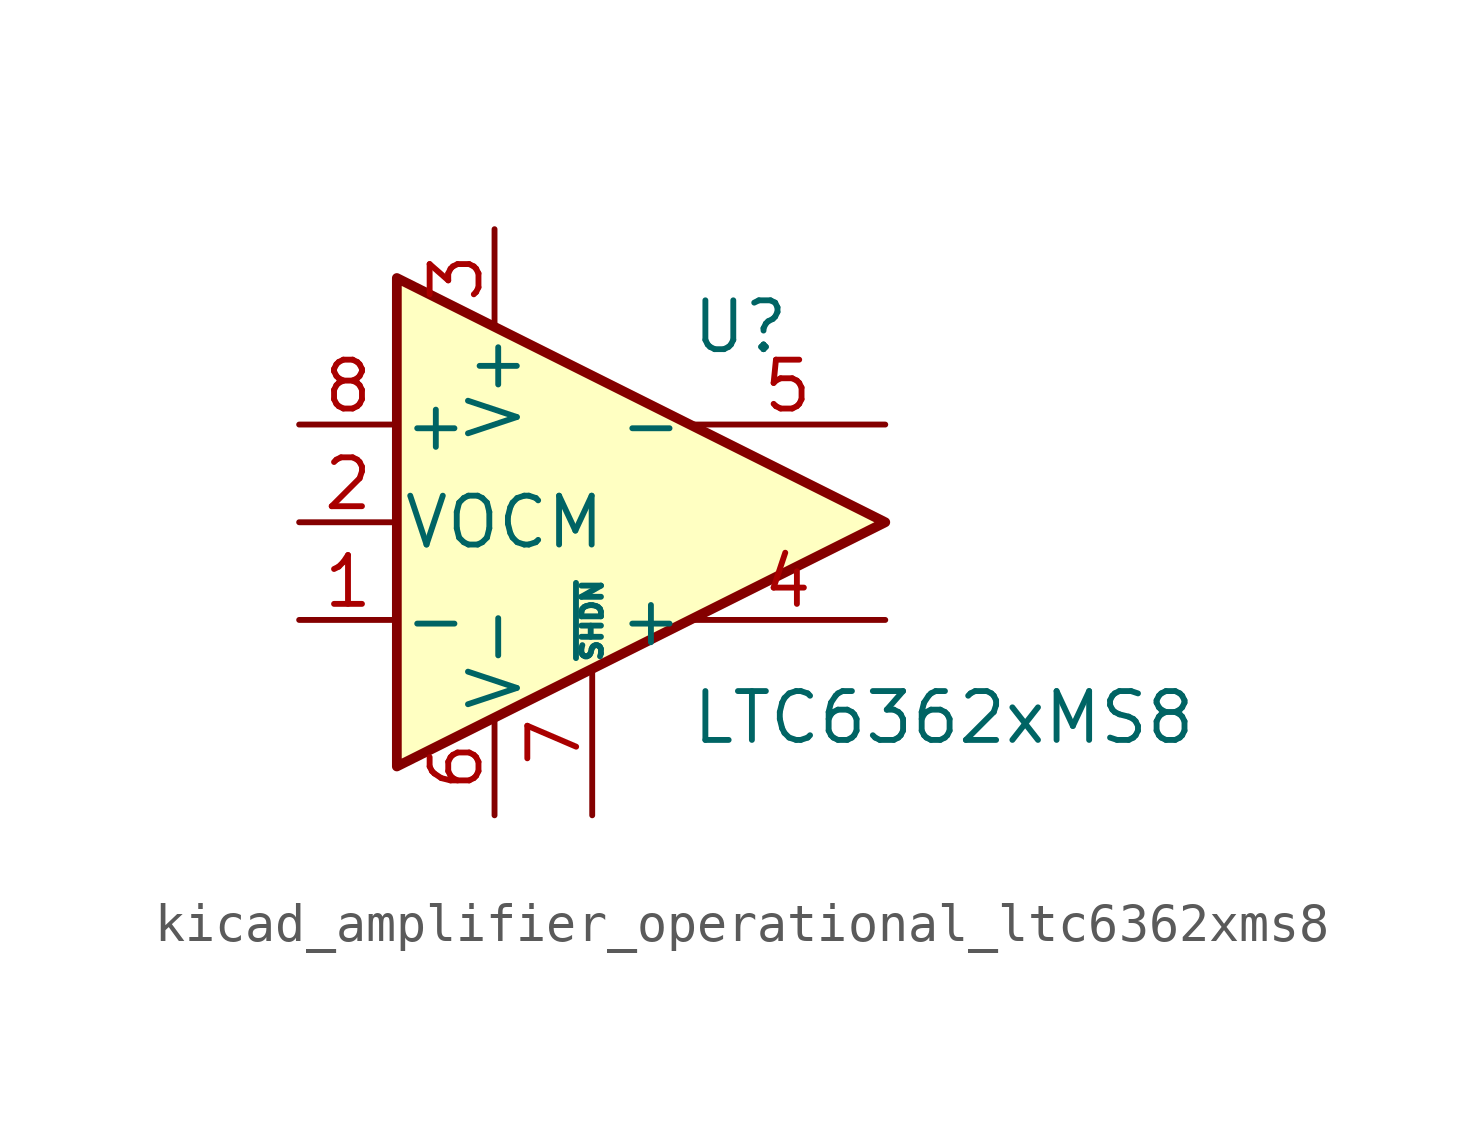
<source format=kicad_sym>
(kicad_symbol_lib
  (version 20220914)
  (generator kicad_symbol_editor)
  (symbol "kicad_amplifier_operational_ltc6362xms8"
    (pin_names
      (offset 0.127))
    (property "Reference" "U"
      (at 2.54 5.08 0)
      (effects (font (size 1.27 1.27)) (justify left)))
    (property "Value" "LTC6362xMS8"
      (at 2.54 -5.08 0)
      (effects (font (size 1.27 1.27)) (justify left)))
    (symbol "kicad_amplifier_operational_ltc6362xms8_0_1"
      (polyline (pts (xy -5.08 6.35) (xy -5.08 -6.35) (xy 7.62 0) (xy -5.08 6.35)) (stroke (width 0.254) (type default)) (fill (type background))))
    (symbol "kicad_amplifier_operational_ltc6362xms8_1_1"
      (pin input line (at -7.62 -2.54 0) (length 2.54) (name "-" (effects (font (size 1.27 1.27)))) (number "1" (effects (font (size 1.27 1.27)))))
      (pin input line (at -7.62 0 0) (length 2.54) (name "VOCM" (effects (font (size 1.27 1.27)))) (number "2" (effects (font (size 1.27 1.27)))))
      (pin power_in line (at -2.54 7.62 270) (length 2.54) (name "V+" (effects (font (size 1.27 1.27)))) (number "3" (effects (font (size 1.27 1.27)))))
      (pin output line (at 7.62 -2.54 180) (length 5.08) (name "+" (effects (font (size 1.27 1.27)))) (number "4" (effects (font (size 1.27 1.27)))))
      (pin output line (at 7.62 2.54 180) (length 5.08) (name "-" (effects (font (size 1.27 1.27)))) (number "5" (effects (font (size 1.27 1.27)))))
      (pin power_in line (at -2.54 -7.62 90) (length 2.54) (name "V-" (effects (font (size 1.27 1.27)))) (number "6" (effects (font (size 1.27 1.27)))))
      (pin input line (at 0 -7.62 90) (length 3.81) (name "~{SHDN}" (effects (font (size 0.508 0.508)))) (number "7" (effects (font (size 1.27 1.27)))))
      (pin input line (at -7.62 2.54 0) (length 2.54) (name "+" (effects (font (size 1.27 1.27)))) (number "8" (effects (font (size 1.27 1.27))))))))
</source>
